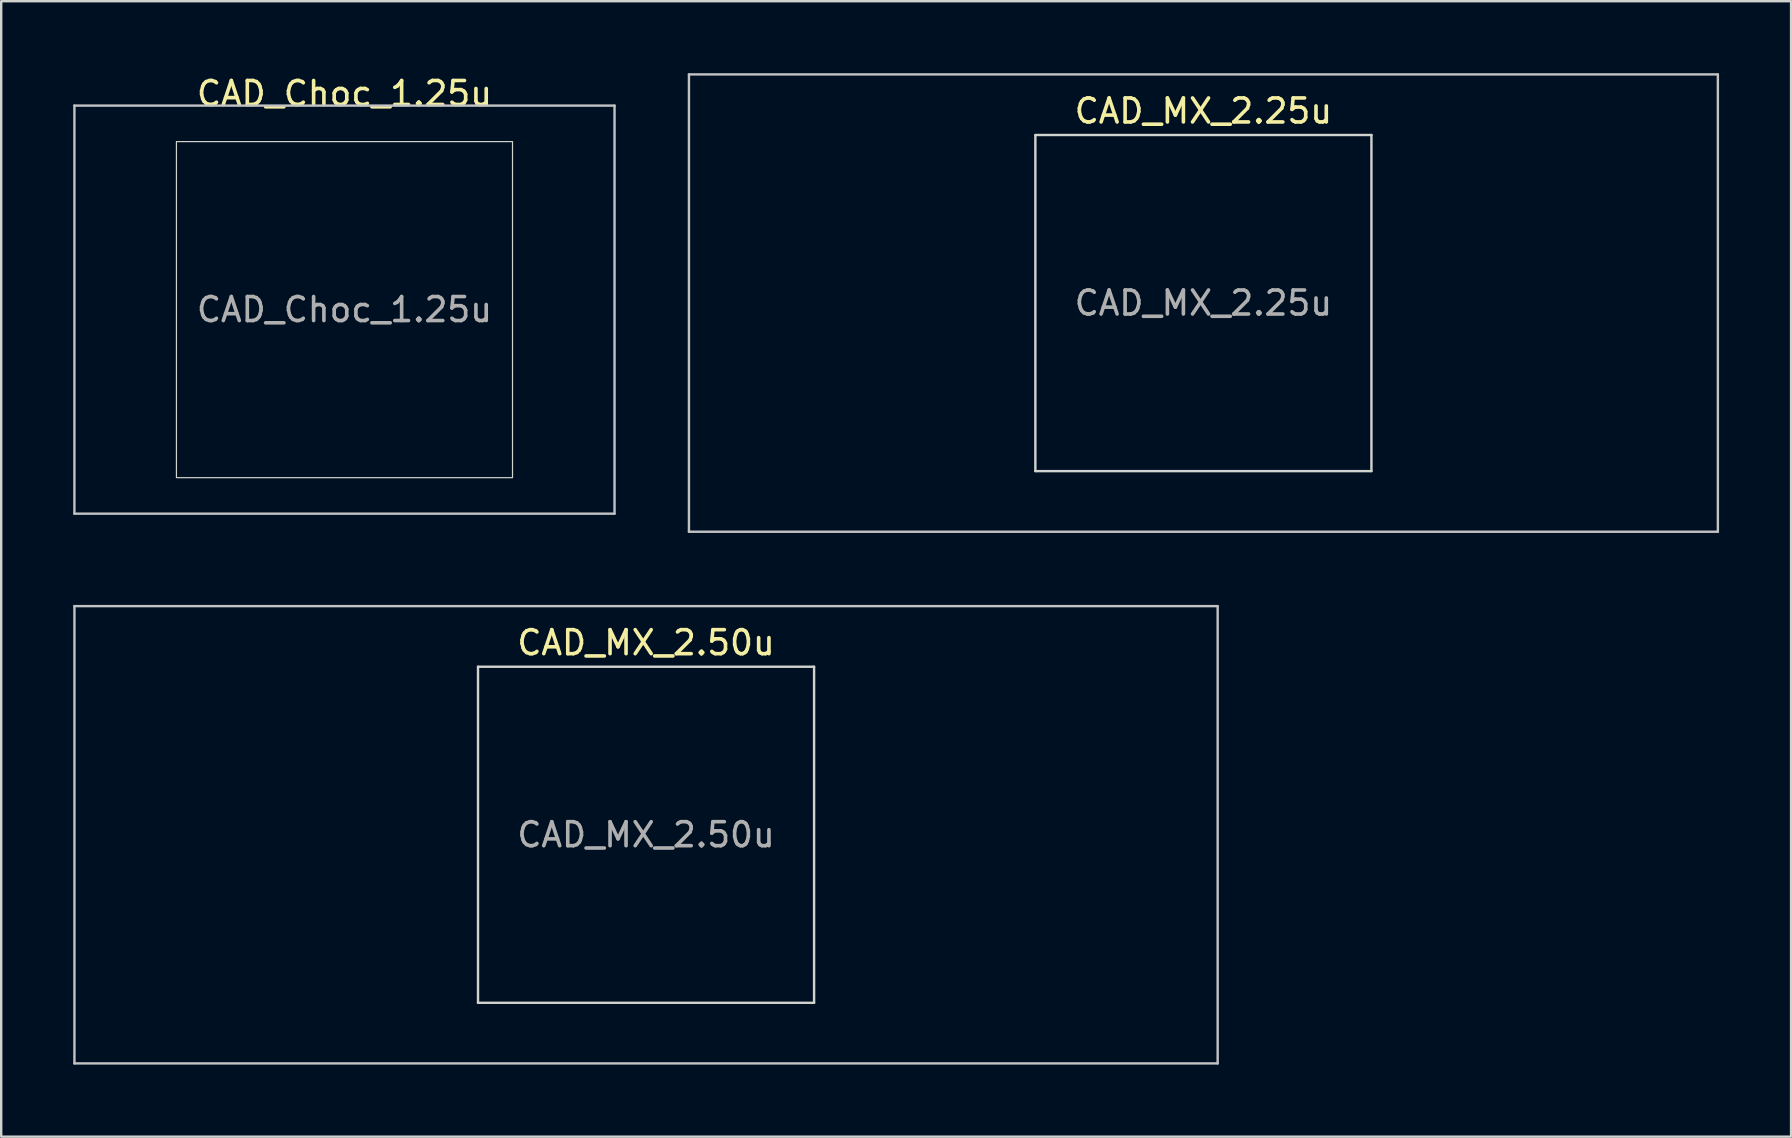
<source format=kicad_pcb>
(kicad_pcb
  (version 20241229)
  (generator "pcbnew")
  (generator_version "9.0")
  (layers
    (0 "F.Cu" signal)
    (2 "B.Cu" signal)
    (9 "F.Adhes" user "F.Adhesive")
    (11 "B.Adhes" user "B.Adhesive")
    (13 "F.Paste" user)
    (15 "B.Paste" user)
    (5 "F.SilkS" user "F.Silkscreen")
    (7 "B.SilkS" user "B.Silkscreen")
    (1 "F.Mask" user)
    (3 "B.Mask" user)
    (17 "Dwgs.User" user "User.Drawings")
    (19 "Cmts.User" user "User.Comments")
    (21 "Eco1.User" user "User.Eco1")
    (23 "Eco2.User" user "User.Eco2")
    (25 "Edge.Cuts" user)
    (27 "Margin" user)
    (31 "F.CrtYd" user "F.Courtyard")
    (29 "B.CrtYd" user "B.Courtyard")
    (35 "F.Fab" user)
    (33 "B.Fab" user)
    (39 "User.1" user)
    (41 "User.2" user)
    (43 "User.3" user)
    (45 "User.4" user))
  (footprint "CAD_MX_2.25u"
    (layer "F.Cu")
    (at 47.081 9.575)
    (property "Reference" "CAD_MX_2.25u" (at 0 -8 0) (layer "F.SilkS") (effects (font (size 1 1) (thickness 0.15))))
    (attr through_hole)
    (fp_line (start -21.431 -9.525) (end -21.431 9.525) (stroke (width 0.1) (type solid)) (layer "Dwgs.User"))
    (fp_line (start -21.431 9.525) (end 21.431 9.525) (stroke (width 0.1) (type solid)) (layer "Dwgs.User"))
    (fp_line (start 21.431 -9.525) (end -21.431 -9.525) (stroke (width 0.1) (type solid)) (layer "Dwgs.User"))
    (fp_line (start 21.431 9.525) (end 21.431 -9.525) (stroke (width 0.1) (type solid)) (layer "Dwgs.User"))
    (fp_line (start -7 -7) (end -7 7) (stroke (width 0.1) (type solid)) (layer "Edge.Cuts"))
    (fp_line (start -7 7) (end 7 7) (stroke (width 0.1) (type solid)) (layer "Edge.Cuts"))
    (fp_line (start 7 -7) (end -7 -7) (stroke (width 0.1) (type solid)) (layer "Edge.Cuts"))
    (fp_line (start 7 7) (end 7 -7) (stroke (width 0.1) (type solid)) (layer "Edge.Cuts"))
    (fp_text user "${REFERENCE}" (at 0 0 0) (layer "F.Fab") (effects (font (size 1 1) (thickness 0.15)))))
  (footprint "CAD_MX_2.50u"
    (layer "F.Cu")
    (at 23.863 31.725)
    (property "Reference" "CAD_MX_2.50u" (at 0 -8 0) (layer "F.SilkS") (effects (font (size 1 1) (thickness 0.15))))
    (attr through_hole)
    (fp_line (start -23.812 -9.525) (end -23.812 9.525) (stroke (width 0.1) (type solid)) (layer "Dwgs.User"))
    (fp_line (start -23.812 9.525) (end 23.812 9.525) (stroke (width 0.1) (type solid)) (layer "Dwgs.User"))
    (fp_line (start 23.812 -9.525) (end -23.812 -9.525) (stroke (width 0.1) (type solid)) (layer "Dwgs.User"))
    (fp_line (start 23.812 9.525) (end 23.812 -9.525) (stroke (width 0.1) (type solid)) (layer "Dwgs.User"))
    (fp_line (start -7 -7) (end -7 7) (stroke (width 0.1) (type solid)) (layer "Edge.Cuts"))
    (fp_line (start -7 7) (end 7 7) (stroke (width 0.1) (type solid)) (layer "Edge.Cuts"))
    (fp_line (start 7 -7) (end -7 -7) (stroke (width 0.1) (type solid)) (layer "Edge.Cuts"))
    (fp_line (start 7 7) (end 7 -7) (stroke (width 0.1) (type solid)) (layer "Edge.Cuts"))
    (fp_text user "${REFERENCE}" (at 0 0 0) (layer "F.Fab") (effects (font (size 1 1) (thickness 0.15)))))
  (footprint "CAD_Choc_1.25u"
    (layer "F.Cu")
    (at 11.3 9.848)
    (property "Reference" "CAD_Choc_1.25u" (at 0 -9 0) (layer "F.SilkS") (effects (font (size 1 1) (thickness 0.15))))
    (attr through_hole)
    (fp_line (start -11.25 -8.5) (end -11.25 8.5) (stroke (width 0.1) (type solid)) (layer "Dwgs.User"))
    (fp_line (start -11.25 8.5) (end 11.25 8.5) (stroke (width 0.1) (type solid)) (layer "Dwgs.User"))
    (fp_line (start 11.25 -8.5) (end -11.25 -8.5) (stroke (width 0.1) (type solid)) (layer "Dwgs.User"))
    (fp_line (start 11.25 8.5) (end 11.25 -8.5) (stroke (width 0.1) (type solid)) (layer "Dwgs.User"))
    (fp_rect (start -7 -7) (end 7 7) (stroke (width 0.05) (type default)) (fill no) (layer "Edge.Cuts"))
    (fp_text user "${REFERENCE}" (at 0 0 0) (layer "F.Fab") (effects (font (size 1 1) (thickness 0.15)))))
  (gr_rect
    (start -3 -3)
    (end 71.562 44.3)
    (stroke (width 0.1) (type default))
    (fill no)
    (layer "Edge.Cuts")))
</source>
